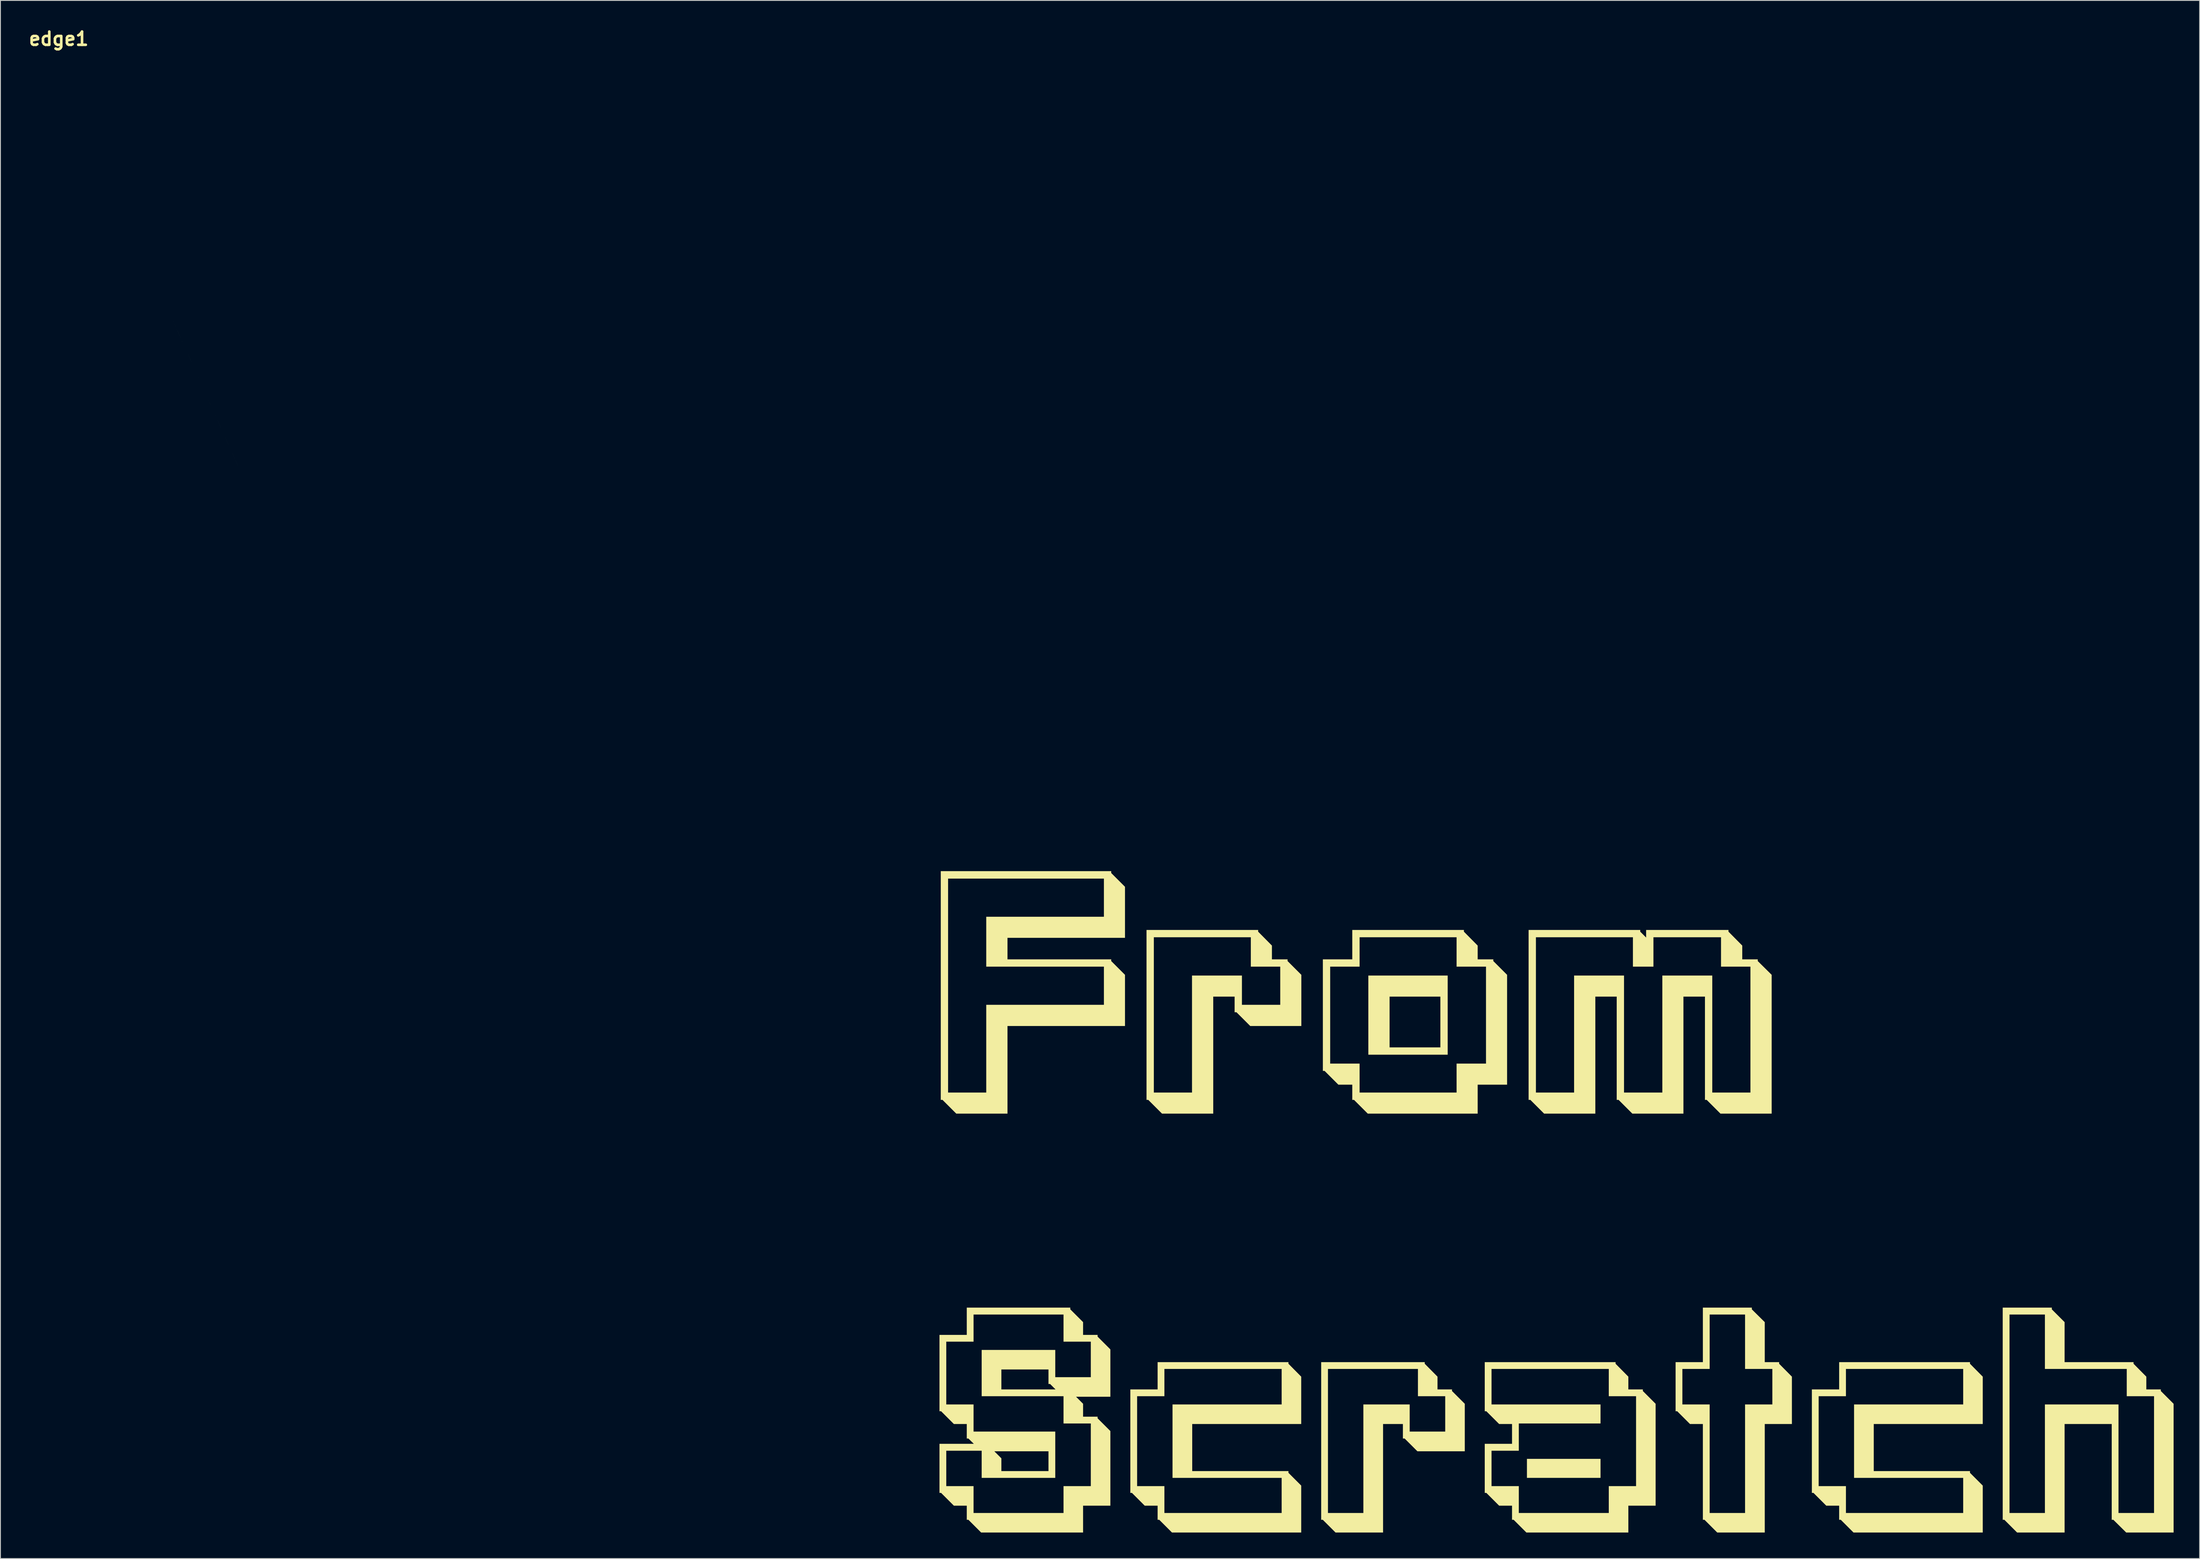
<source format=kicad_pcb>
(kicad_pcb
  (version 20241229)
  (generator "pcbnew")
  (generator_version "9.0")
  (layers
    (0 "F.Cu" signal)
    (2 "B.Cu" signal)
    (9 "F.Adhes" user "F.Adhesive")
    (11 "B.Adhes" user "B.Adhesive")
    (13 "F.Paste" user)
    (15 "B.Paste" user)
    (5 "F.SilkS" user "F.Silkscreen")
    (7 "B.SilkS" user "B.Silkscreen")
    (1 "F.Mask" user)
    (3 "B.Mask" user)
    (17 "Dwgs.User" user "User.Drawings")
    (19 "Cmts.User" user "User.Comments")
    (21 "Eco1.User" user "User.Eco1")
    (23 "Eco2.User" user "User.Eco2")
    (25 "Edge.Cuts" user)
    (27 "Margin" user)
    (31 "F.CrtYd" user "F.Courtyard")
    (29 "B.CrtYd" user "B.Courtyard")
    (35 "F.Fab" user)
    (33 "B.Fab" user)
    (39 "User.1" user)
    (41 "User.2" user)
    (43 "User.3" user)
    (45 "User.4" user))
  (footprint "edge1"
    (layer "F.Cu")
    (at 3.716 4.474)
    (property "Reference" "edge1" (at 0 -3.048 0) (layer "F.SilkS") (effects (font (size 1.524 1.524) (thickness 0.305))))
    (attr exclude_from_pos_files exclude_from_bom)
    (fp_poly (pts (xy 177.653 162.867) (xy 169.173 162.867) (xy 169.173 160.674) (xy 177.653 160.674) (xy 177.653 162.867)) (stroke (width 0) (type solid)) (fill yes) (layer "F.SilkS"))
    (fp_poly (pts (xy 160.042 114.077) (xy 159.199 114.077) (xy 159.199 113.234) (xy 159.199 107.381) (xy 153.346 107.381) (xy 153.346 113.234) (xy 159.199 113.234) (xy 159.199 114.077) (xy 150.899 114.077) (xy 150.899 104.951) (xy 160.042 104.951) (xy 160.042 114.077)) (stroke (width 0) (type solid)) (fill yes) (layer "F.SilkS"))
    (fp_poly (pts (xy 121.273 103.083) (xy 121.273 103.281) (xy 122.86 104.868) (xy 122.86 110.77) (xy 109.32 110.77) (xy 109.32 120.872) (xy 103.418 120.872) (xy 102.476 119.929) (xy 102.476 118.441) (xy 106.873 118.441) (xy 106.873 108.324) (xy 120.43 108.324) (xy 120.43 103.926) (xy 106.873 103.926) (xy 106.873 98.173) (xy 120.43 98.173) (xy 120.43 93.775) (xy 102.476 93.775) (xy 102.476 118.441) (xy 102.476 119.929) (xy 101.831 119.285) (xy 101.633 119.285) (xy 101.633 92.915) (xy 121.273 92.915) (xy 121.273 93.13) (xy 122.86 94.717) (xy 122.86 100.603) (xy 109.32 100.603) (xy 109.32 103.083) (xy 121.273 103.083)) (stroke (width 0) (type solid)) (fill yes) (layer "F.SilkS"))
    (fp_poly (pts (xy 133.028 107.381) (xy 133.028 120.872) (xy 127.126 120.872) (xy 126.183 119.929) (xy 126.183 118.441) (xy 130.581 118.441) (xy 130.581 104.951) (xy 136.334 104.951) (xy 136.334 108.324) (xy 140.748 108.324) (xy 140.748 103.926) (xy 137.359 103.926) (xy 137.359 100.537) (xy 126.183 100.537) (xy 126.183 118.441) (xy 126.183 119.929) (xy 125.539 119.285) (xy 125.34 119.285) (xy 125.34 99.694) (xy 138.202 99.694) (xy 138.202 99.892) (xy 139.79 101.496) (xy 139.79 103.083) (xy 141.592 103.083) (xy 141.592 103.281) (xy 143.179 104.868) (xy 143.179 110.77) (xy 137.293 110.77) (xy 135.706 109.183) (xy 135.491 109.183) (xy 135.491 107.381) (xy 133.028 107.381)) (stroke (width 0) (type solid)) (fill yes) (layer "F.SilkS"))
    (fp_poly (pts (xy 152.596 156.656) (xy 152.596 169.169) (xy 147.121 169.169) (xy 146.247 168.295) (xy 146.247 166.915) (xy 150.326 166.915) (xy 150.326 154.402) (xy 155.663 154.402) (xy 155.663 157.53) (xy 159.757 157.53) (xy 159.757 153.451) (xy 156.614 153.451) (xy 156.614 150.307) (xy 146.247 150.307) (xy 146.247 166.915) (xy 146.247 168.295) (xy 145.649 167.697) (xy 145.465 167.697) (xy 145.465 149.525) (xy 157.396 149.525) (xy 157.396 149.709) (xy 158.868 151.197) (xy 158.868 152.669) (xy 160.539 152.669) (xy 160.539 152.853) (xy 162.011 154.325) (xy 162.011 159.8) (xy 156.552 159.8) (xy 155.08 158.328) (xy 154.881 158.328) (xy 154.881 156.656) (xy 152.596 156.656)) (stroke (width 0) (type solid)) (fill yes) (layer "F.SilkS"))
    (fp_poly (pts (xy 125.131 166.072) (xy 123.659 164.599) (xy 123.475 164.599) (xy 123.475 152.669) (xy 126.619 152.669) (xy 126.619 149.525) (xy 141.693 149.525) (xy 141.693 149.709) (xy 143.165 151.197) (xy 143.165 156.656) (xy 130.606 156.656) (xy 130.606 162.085) (xy 141.693 162.085) (xy 141.693 162.284) (xy 143.165 163.756) (xy 143.165 169.169) (xy 140.911 169.169) (xy 140.911 166.915) (xy 140.911 162.867) (xy 128.336 162.867) (xy 128.336 154.402) (xy 140.911 154.402) (xy 140.911 150.307) (xy 127.401 150.307) (xy 127.401 153.451) (xy 124.257 153.451) (xy 124.257 163.817) (xy 127.401 163.817) (xy 127.401 166.915) (xy 140.911 166.915) (xy 140.911 169.169) (xy 128.275 169.169) (xy 126.803 167.697) (xy 126.619 167.697) (xy 126.619 166.072) (xy 125.131 166.072)) (stroke (width 0) (type solid)) (fill yes) (layer "F.SilkS"))
    (fp_poly (pts (xy 165.299 103.083) (xy 165.299 103.281) (xy 166.886 104.868) (xy 166.886 117.532) (xy 163.497 117.532) (xy 163.497 120.872) (xy 150.833 120.872) (xy 149.891 119.929) (xy 149.891 118.441) (xy 161.067 118.441) (xy 161.067 115.102) (xy 164.456 115.102) (xy 164.456 103.926) (xy 161.067 103.926) (xy 161.067 100.537) (xy 149.891 100.537) (xy 149.891 103.926) (xy 146.502 103.926) (xy 146.502 115.102) (xy 149.891 115.102) (xy 149.891 118.441) (xy 149.891 119.929) (xy 149.246 119.285) (xy 149.048 119.285) (xy 149.048 117.532) (xy 147.444 117.532) (xy 145.857 115.945) (xy 145.659 115.945) (xy 145.659 103.083) (xy 149.048 103.083) (xy 149.048 99.694) (xy 161.91 99.694) (xy 161.91 99.892) (xy 163.497 101.496) (xy 163.497 103.083) (xy 165.299 103.083)) (stroke (width 0) (type solid)) (fill yes) (layer "F.SilkS"))
    (fp_poly (pts (xy 198.232 149.525) (xy 198.232 149.709) (xy 199.704 151.197) (xy 199.704 156.656) (xy 196.576 156.656) (xy 196.576 169.169) (xy 191.101 169.169) (xy 190.227 168.295) (xy 190.227 166.915) (xy 194.306 166.915) (xy 194.306 154.402) (xy 197.45 154.402) (xy 197.45 150.307) (xy 194.306 150.307) (xy 194.306 144.036) (xy 190.227 144.036) (xy 190.227 150.307) (xy 187.084 150.307) (xy 187.084 154.402) (xy 190.227 154.402) (xy 190.227 166.915) (xy 190.227 168.295) (xy 189.629 167.697) (xy 189.445 167.697) (xy 189.445 156.656) (xy 187.958 156.656) (xy 186.486 155.184) (xy 186.302 155.184) (xy 186.302 149.525) (xy 189.445 149.525) (xy 189.445 143.238) (xy 195.088 143.238) (xy 195.088 143.438) (xy 196.576 144.91) (xy 196.576 149.525) (xy 198.232 149.525)) (stroke (width 0) (type solid)) (fill yes) (layer "F.SilkS"))
    (fp_poly (pts (xy 203.661 166.072) (xy 202.188 164.599) (xy 202.004 164.599) (xy 202.004 152.669) (xy 205.148 152.669) (xy 205.148 149.525) (xy 220.222 149.525) (xy 220.222 149.709) (xy 221.694 151.197) (xy 221.694 156.656) (xy 209.135 156.656) (xy 209.135 162.085) (xy 220.222 162.085) (xy 220.222 162.284) (xy 221.694 163.756) (xy 221.694 169.169) (xy 219.44 169.169) (xy 219.44 166.915) (xy 219.44 162.867) (xy 206.866 162.867) (xy 206.866 154.402) (xy 219.44 154.402) (xy 219.44 150.307) (xy 205.93 150.307) (xy 205.93 153.451) (xy 202.787 153.451) (xy 202.787 163.817) (xy 205.93 163.817) (xy 205.93 166.915) (xy 219.44 166.915) (xy 219.44 169.169) (xy 206.804 169.169) (xy 205.332 167.697) (xy 205.148 167.697) (xy 205.148 166.072) (xy 203.661 166.072)) (stroke (width 0) (type solid)) (fill yes) (layer "F.SilkS"))
    (fp_poly (pts (xy 231.125 156.656) (xy 231.125 169.169) (xy 225.651 169.169) (xy 224.179 167.697) (xy 223.994 167.697) (xy 223.994 143.238) (xy 229.653 143.238) (xy 229.653 143.438) (xy 231.125 144.91) (xy 231.125 149.525) (xy 239.069 149.525) (xy 239.069 149.709) (xy 240.541 151.197) (xy 240.541 152.669) (xy 242.212 152.669) (xy 242.212 152.853) (xy 243.684 154.325) (xy 243.684 169.169) (xy 241.43 169.169) (xy 241.43 166.915) (xy 241.43 153.451) (xy 238.286 153.451) (xy 238.286 150.307) (xy 228.856 150.307) (xy 228.856 144.036) (xy 224.777 144.036) (xy 224.777 166.915) (xy 228.856 166.915) (xy 228.856 154.402) (xy 237.336 154.402) (xy 237.336 166.915) (xy 241.43 166.915) (xy 241.43 169.169) (xy 238.225 169.169) (xy 236.738 167.697) (xy 236.554 167.697) (xy 236.554 156.656) (xy 231.125 156.656)) (stroke (width 0) (type solid)) (fill yes) (layer "F.SilkS"))
    (fp_poly (pts (xy 182.529 152.669) (xy 182.529 152.853) (xy 184.001 154.325) (xy 184.001 166.072) (xy 180.858 166.072) (xy 180.858 169.169) (xy 169.111 169.169) (xy 168.237 168.295) (xy 168.237 166.915) (xy 178.604 166.915) (xy 178.604 163.817) (xy 181.747 163.817) (xy 181.747 153.451) (xy 178.604 153.451) (xy 178.604 150.307) (xy 165.094 150.307) (xy 165.094 154.402) (xy 177.653 154.402) (xy 177.653 156.595) (xy 168.237 156.595) (xy 168.237 159.738) (xy 165.094 159.738) (xy 165.094 163.817) (xy 168.237 163.817) (xy 168.237 166.915) (xy 168.237 168.295) (xy 167.639 167.697) (xy 167.455 167.697) (xy 167.455 166.072) (xy 165.968 166.072) (xy 164.496 164.599) (xy 164.312 164.599) (xy 164.312 158.941) (xy 167.455 158.941) (xy 167.455 156.656) (xy 165.968 156.656) (xy 164.496 155.184) (xy 164.312 155.184) (xy 164.312 149.525) (xy 179.386 149.525) (xy 179.386 149.709) (xy 180.858 151.197) (xy 180.858 152.669) (xy 182.529 152.669)) (stroke (width 0) (type solid)) (fill yes) (layer "F.SilkS"))
    (fp_poly (pts (xy 187.205 107.381) (xy 187.205 120.872) (xy 181.319 120.872) (xy 179.732 119.285) (xy 179.517 119.285) (xy 179.517 107.381) (xy 177.054 107.381) (xy 177.054 120.872) (xy 171.152 120.872) (xy 169.565 119.285) (xy 169.366 119.285) (xy 169.366 99.694) (xy 182.228 99.694) (xy 182.228 99.892) (xy 182.906 100.57) (xy 182.906 99.694) (xy 192.396 99.694) (xy 192.396 99.892) (xy 193.983 101.496) (xy 193.983 103.083) (xy 195.768 103.083) (xy 195.768 103.281) (xy 197.372 104.868) (xy 197.372 120.872) (xy 194.925 120.872) (xy 194.925 118.441) (xy 194.925 103.926) (xy 191.536 103.926) (xy 191.536 100.537) (xy 183.749 100.537) (xy 183.749 103.926) (xy 181.385 103.926) (xy 181.385 100.537) (xy 170.209 100.537) (xy 170.209 118.441) (xy 174.607 118.441) (xy 174.607 104.951) (xy 180.36 104.951) (xy 180.36 118.441) (xy 184.774 118.441) (xy 184.774 104.951) (xy 190.528 104.951) (xy 190.528 118.441) (xy 194.925 118.441) (xy 194.925 120.872) (xy 191.47 120.872) (xy 189.883 119.285) (xy 189.685 119.285) (xy 189.685 107.381) (xy 187.205 107.381)) (stroke (width 0) (type solid)) (fill yes) (layer "F.SilkS"))
    (fp_poly (pts (xy 21.336 47.717) (xy 20.554 45.967) (xy 19.816 44.317) (xy 19.122 42.765) (xy 18.471 41.309) (xy 17.862 39.948) (xy 17.295 38.679) (xy 16.768 37.5) (xy 16.28 36.409) (xy 15.831 35.406) (xy 15.42 34.486) (xy 15.046 33.65) (xy 14.708 32.894) (xy 14.405 32.217) (xy 14.137 31.617) (xy 13.902 31.092) (xy 13.7 30.64) (xy 13.53 30.259) (xy 13.391 29.948) (xy 13.282 29.704) (xy 13.202 29.525) (xy 13.15 29.409) (xy 13.126 29.356) (xy 13.129 29.361) (xy 13.157 29.425) (xy 13.21 29.544) (xy 13.288 29.717) (xy 13.388 29.942) (xy 13.511 30.217) (xy 13.656 30.54) (xy 13.821 30.909) (xy 14.006 31.323) (xy 14.209 31.779) (xy 14.431 32.275) (xy 14.67 32.809) (xy 14.926 33.381) (xy 15.197 33.986) (xy 15.482 34.625) (xy 15.781 35.294) (xy 16.093 35.992) (xy 16.418 36.717) (xy 16.753 37.467) (xy 17.099 38.24) (xy 17.454 39.034) (xy 17.817 39.848) (xy 18.189 40.679) (xy 18.567 41.525) (xy 18.952 42.384) (xy 19.341 43.256) (xy 19.735 44.136) (xy 20.132 45.025) (xy 20.532 45.919) (xy 20.934 46.817) (xy 21.336 47.717)) (stroke (width 0) (type solid)) (fill yes) (layer "F.SilkS"))
    (fp_poly (pts (xy 119.703 155.813) (xy 119.703 155.997) (xy 121.175 157.469) (xy 121.175 166.072) (xy 118.031 166.072) (xy 118.031 169.169) (xy 106.285 169.169) (xy 105.411 168.295) (xy 105.411 166.915) (xy 115.777 166.915) (xy 115.777 163.817) (xy 118.921 163.817) (xy 118.921 156.595) (xy 115.777 156.595) (xy 115.777 153.451) (xy 114.857 153.451) (xy 114.857 152.669) (xy 114.228 152.04) (xy 114.044 152.04) (xy 114.044 150.369) (xy 108.616 150.369) (xy 108.616 152.669) (xy 114.857 152.669) (xy 114.857 153.451) (xy 106.346 153.451) (xy 106.346 148.115) (xy 114.826 148.115) (xy 114.826 151.258) (xy 118.921 151.258) (xy 118.921 147.164) (xy 115.777 147.164) (xy 115.777 144.036) (xy 105.411 144.036) (xy 105.411 147.164) (xy 102.267 147.164) (xy 102.267 154.402) (xy 105.411 154.402) (xy 105.411 157.53) (xy 114.826 157.53) (xy 114.826 162.867) (xy 114.044 162.867) (xy 114.044 162.085) (xy 114.044 159.8) (xy 107.803 159.8) (xy 108.616 160.612) (xy 108.616 162.085) (xy 114.044 162.085) (xy 114.044 162.867) (xy 106.346 162.867) (xy 106.346 159.738) (xy 102.267 159.738) (xy 102.267 163.817) (xy 105.411 163.817) (xy 105.411 166.915) (xy 105.411 168.295) (xy 104.813 167.697) (xy 104.629 167.697) (xy 104.629 166.072) (xy 103.141 166.072) (xy 101.669 164.599) (xy 101.485 164.599) (xy 101.485 158.941) (xy 105.442 158.941) (xy 104.813 158.328) (xy 104.629 158.328) (xy 104.629 156.656) (xy 103.141 156.656) (xy 101.669 155.184) (xy 101.485 155.184) (xy 101.485 146.382) (xy 104.629 146.382) (xy 104.629 143.238) (xy 116.559 143.238) (xy 116.559 143.438) (xy 118.031 144.91) (xy 118.031 146.382) (xy 119.703 146.382) (xy 119.703 146.581) (xy 121.175 148.053) (xy 121.175 153.512) (xy 117.219 153.512) (xy 118.031 154.325) (xy 118.031 155.813) (xy 119.703 155.813)) (stroke (width 0) (type solid)) (fill yes) (layer "F.SilkS")))
  (gr_rect
    (start -3 -3)
    (end 250.4 176.644)
    (stroke (width 0.1) (type default))
    (fill no)
    (layer "Edge.Cuts")))
</source>
